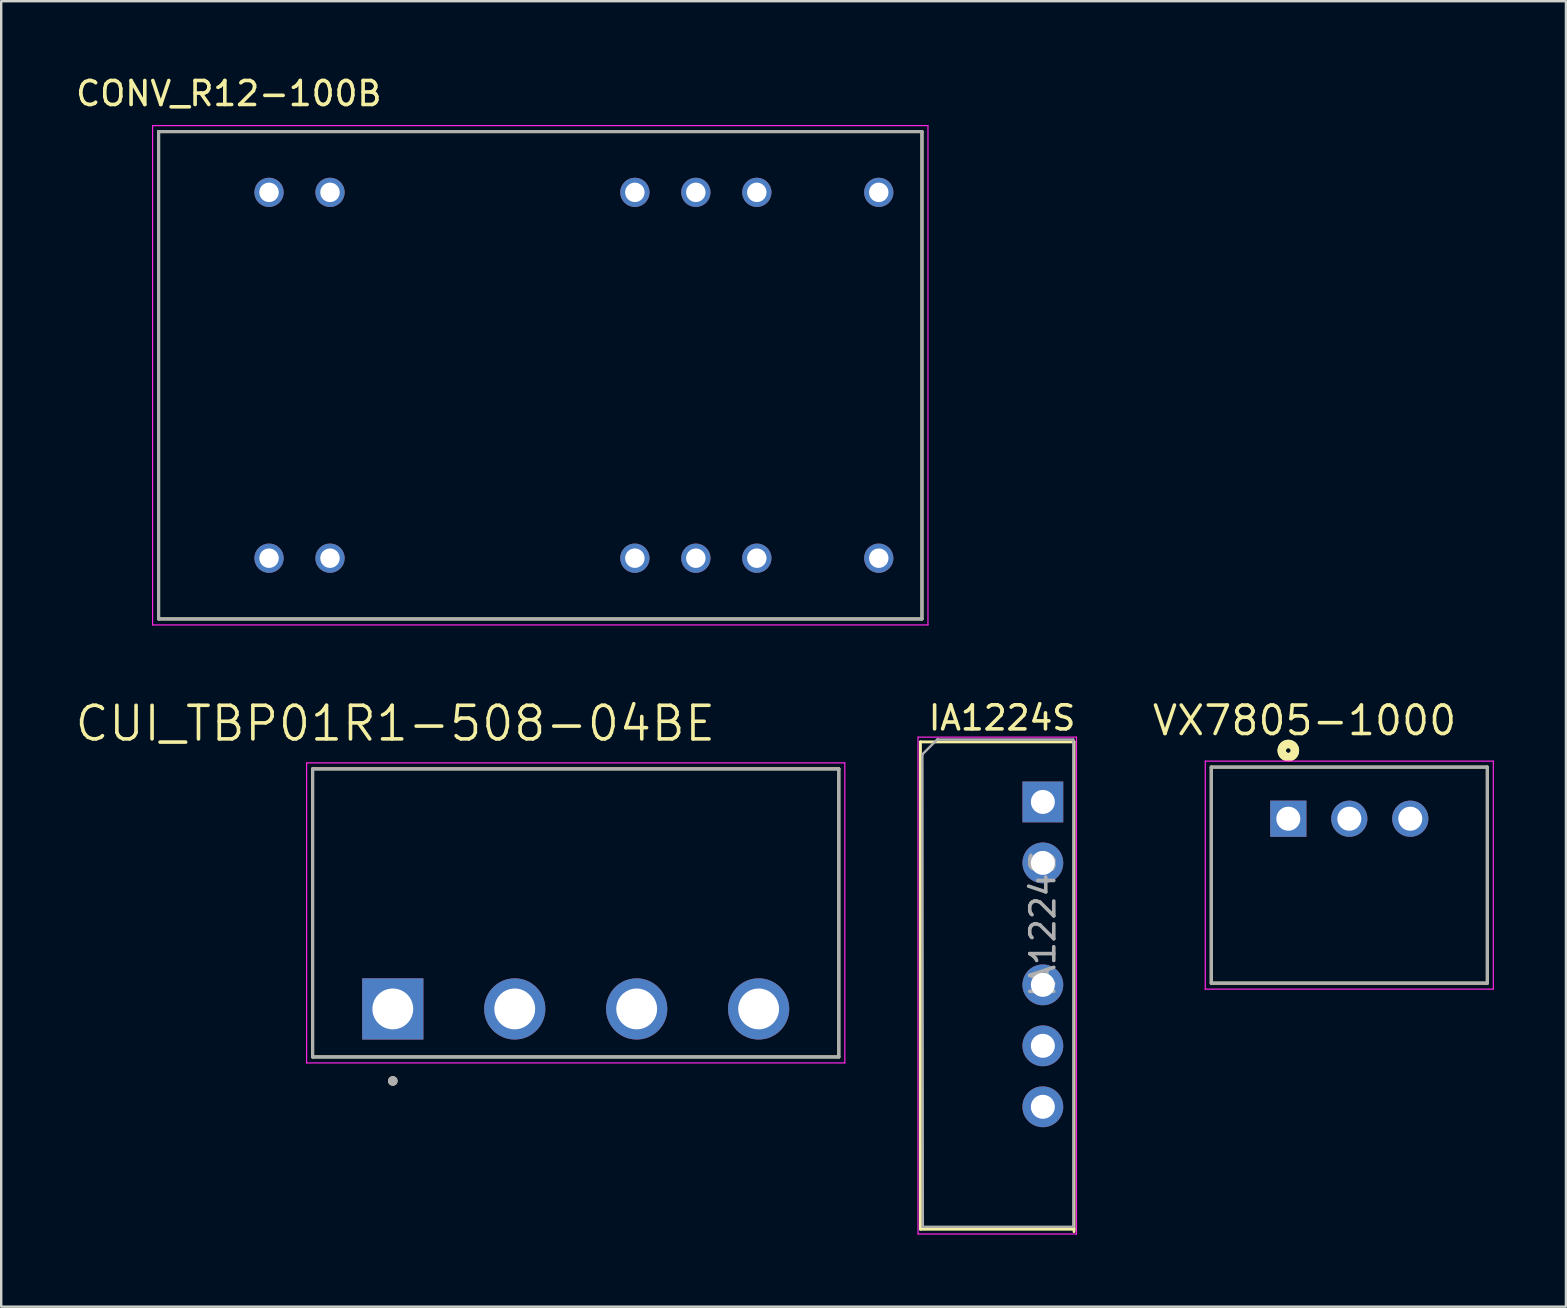
<source format=kicad_pcb>
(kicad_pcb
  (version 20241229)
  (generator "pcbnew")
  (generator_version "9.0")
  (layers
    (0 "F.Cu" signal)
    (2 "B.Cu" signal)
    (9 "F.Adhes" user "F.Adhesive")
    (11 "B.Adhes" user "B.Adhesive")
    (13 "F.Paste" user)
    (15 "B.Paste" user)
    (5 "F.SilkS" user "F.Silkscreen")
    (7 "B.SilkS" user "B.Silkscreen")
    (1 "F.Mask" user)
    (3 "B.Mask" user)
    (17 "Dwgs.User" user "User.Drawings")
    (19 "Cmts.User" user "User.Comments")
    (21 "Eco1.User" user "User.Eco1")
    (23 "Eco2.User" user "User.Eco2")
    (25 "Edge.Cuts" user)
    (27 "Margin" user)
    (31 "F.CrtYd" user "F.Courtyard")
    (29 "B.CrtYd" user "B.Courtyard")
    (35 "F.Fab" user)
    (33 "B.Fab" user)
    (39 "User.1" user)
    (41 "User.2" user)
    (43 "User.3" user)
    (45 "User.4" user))
  (footprint "IA1224S"
    (layer "F.Cu")
    (at 40.393 30.357)
    (property "Reference" "IA1224S" (at -1.7 -3.5 0) (layer "F.SilkS") (effects (font (size 1 1) (thickness 0.15))))
    (attr through_hole)
    (fp_line (start -5.1 -2.5) (end -5.1 17.8) (stroke (width 0.12) (type solid)) (layer "F.SilkS"))
    (fp_line (start -5.1 -2.5) (end 1.3 -2.5) (stroke (width 0.12) (type solid)) (layer "F.SilkS"))
    (fp_line (start -5.1 17.8) (end 1.3 17.8) (stroke (width 0.12) (type solid)) (layer "F.SilkS"))
    (fp_line (start 1.3 -2.5) (end 1.3 17.9) (stroke (width 0.12) (type solid)) (layer "F.SilkS"))
    (fp_line (start -5.2 -2.7) (end -5.2 18) (stroke (width 0.05) (type solid)) (layer "F.CrtYd"))
    (fp_line (start -5.2 18) (end 1.4 18) (stroke (width 0.05) (type solid)) (layer "F.CrtYd"))
    (fp_line (start 1.4 -2.7) (end -5.2 -2.7) (stroke (width 0.05) (type solid)) (layer "F.CrtYd"))
    (fp_line (start 1.4 18) (end 1.4 -2.7) (stroke (width 0.05) (type solid)) (layer "F.CrtYd"))
    (fp_line (start -5.018 -1.982) (end -4.383 -2.618) (stroke (width 0.1) (type solid)) (layer "F.Fab"))
    (fp_line (start -5 17.7) (end -5.018 -1.982) (stroke (width 0.1) (type solid)) (layer "F.Fab"))
    (fp_line (start -4.383 -2.6) (end 1.252 -2.6) (stroke (width 0.1) (type solid)) (layer "F.Fab"))
    (fp_line (start 1.27 -2.6) (end 1.27 17.7) (stroke (width 0.1) (type solid)) (layer "F.Fab"))
    (fp_line (start 1.27 17.7) (end -5 17.7) (stroke (width 0.1) (type solid)) (layer "F.Fab"))
    (fp_text user "${REFERENCE}" (at 0 5.08 90) (layer "F.Fab") (effects (font (size 1 1) (thickness 0.15))))
    (pad "1" thru_hole rect (at 0 0) (size 1.7 1.7) (drill 1) (layers "*.Cu" "*.Mask"))
    (pad "2" thru_hole oval (at 0 2.54) (size 1.7 1.7) (drill 1) (layers "*.Cu" "*.Mask"))
    (pad "4" thru_hole oval (at 0 7.62) (size 1.7 1.7) (drill 1) (layers "*.Cu" "*.Mask"))
    (pad "5" thru_hole oval (at 0 10.16) (size 1.7 1.7) (drill 1) (layers "*.Cu" "*.Mask"))
    (pad "6" thru_hole oval (at 0 12.7) (size 1.7 1.7) (drill 1) (layers "*.Cu" "*.Mask")))
  (footprint "CONV_R12-100B"
    (layer "F.Cu")
    (at 19.457 12.583)
    (property "Reference" "CONV_R12-100B" (at -12.975 -11.735 0) (layer "F.SilkS") (effects (font (size 1 1) (thickness 0.15))))
    (attr through_hole)
    (fp_line (start -15.9 -10.15) (end 15.9 -10.15) (stroke (width 0.127) (type solid)) (layer "F.SilkS"))
    (fp_line (start -15.9 10.15) (end -15.9 -10.15) (stroke (width 0.127) (type solid)) (layer "F.SilkS"))
    (fp_line (start 15.9 -10.15) (end 15.9 10.15) (stroke (width 0.127) (type solid)) (layer "F.SilkS"))
    (fp_line (start 15.9 10.15) (end -15.9 10.15) (stroke (width 0.127) (type solid)) (layer "F.SilkS"))
    (fp_line (start -16.15 -10.4) (end 16.15 -10.4) (stroke (width 0.05) (type solid)) (layer "F.CrtYd"))
    (fp_line (start -16.15 10.4) (end -16.15 -10.4) (stroke (width 0.05) (type solid)) (layer "F.CrtYd"))
    (fp_line (start 16.15 -10.4) (end 16.15 10.4) (stroke (width 0.05) (type solid)) (layer "F.CrtYd"))
    (fp_line (start 16.15 10.4) (end -16.15 10.4) (stroke (width 0.05) (type solid)) (layer "F.CrtYd"))
    (fp_line (start -15.9 -10.15) (end -15.9 10.15) (stroke (width 0.127) (type solid)) (layer "F.Fab"))
    (fp_line (start -15.9 10.15) (end 15.9 10.15) (stroke (width 0.127) (type solid)) (layer "F.Fab"))
    (fp_line (start 15.9 -10.15) (end -15.9 -10.15) (stroke (width 0.127) (type solid)) (layer "F.Fab"))
    (fp_line (start 15.9 10.15) (end 15.9 -10.15) (stroke (width 0.127) (type solid)) (layer "F.Fab"))
    (pad "2" thru_hole circle (at -11.3 7.62) (size 1.22 1.22) (drill 0.81) (layers "*.Cu" "*.Mask"))
    (pad "3" thru_hole circle (at -8.76 7.62) (size 1.22 1.22) (drill 0.81) (layers "*.Cu" "*.Mask"))
    (pad "8" thru_hole circle (at 3.94 7.62) (size 1.22 1.22) (drill 0.81) (layers "*.Cu" "*.Mask"))
    (pad "9" thru_hole circle (at 6.48 7.62) (size 1.22 1.22) (drill 0.81) (layers "*.Cu" "*.Mask"))
    (pad "10" thru_hole circle (at 9.02 7.62) (size 1.22 1.22) (drill 0.81) (layers "*.Cu" "*.Mask"))
    (pad "12" thru_hole circle (at 14.1 7.62) (size 1.22 1.22) (drill 0.81) (layers "*.Cu" "*.Mask"))
    (pad "13" thru_hole circle (at 14.1 -7.62) (size 1.22 1.22) (drill 0.81) (layers "*.Cu" "*.Mask"))
    (pad "15" thru_hole circle (at 9.02 -7.62) (size 1.22 1.22) (drill 0.81) (layers "*.Cu" "*.Mask"))
    (pad "16" thru_hole circle (at 6.48 -7.62) (size 1.22 1.22) (drill 0.81) (layers "*.Cu" "*.Mask"))
    (pad "17" thru_hole circle (at 3.94 -7.62) (size 1.22 1.22) (drill 0.81) (layers "*.Cu" "*.Mask"))
    (pad "22" thru_hole circle (at -8.76 -7.62) (size 1.22 1.22) (drill 0.81) (layers "*.Cu" "*.Mask"))
    (pad "23" thru_hole circle (at -11.3 -7.62) (size 1.22 1.22) (drill 0.81) (layers "*.Cu" "*.Mask")))
  (footprint "CUI_TBP01R1-508-04BE"
    (layer "F.Cu")
    (at 13.313 38.98)
    (property "Reference" "CUI_TBP01R1-508-04BE" (at 0.105 -11.889 0) (layer "F.SilkS") (effects (font (size 1.4 1.4) (thickness 0.15))))
    (attr through_hole)
    (fp_line (start -3.34 -10) (end 18.58 -10) (stroke (width 0.127) (type solid)) (layer "F.SilkS"))
    (fp_line (start -3.34 2) (end -3.34 -10) (stroke (width 0.127) (type solid)) (layer "F.SilkS"))
    (fp_line (start 18.58 -10) (end 18.58 2) (stroke (width 0.127) (type solid)) (layer "F.SilkS"))
    (fp_line (start 18.58 2) (end -3.34 2) (stroke (width 0.127) (type solid)) (layer "F.SilkS"))
    (fp_circle (center 0 3) (end 0.1 3) (stroke (width 0.2) (type solid)) (fill no) (layer "F.SilkS"))
    (fp_line (start -3.59 -10.25) (end 18.83 -10.25) (stroke (width 0.05) (type solid)) (layer "F.CrtYd"))
    (fp_line (start -3.59 2.25) (end -3.59 -10.25) (stroke (width 0.05) (type solid)) (layer "F.CrtYd"))
    (fp_line (start 18.83 -10.25) (end 18.83 2.25) (stroke (width 0.05) (type solid)) (layer "F.CrtYd"))
    (fp_line (start 18.83 2.25) (end -3.59 2.25) (stroke (width 0.05) (type solid)) (layer "F.CrtYd"))
    (fp_line (start -3.34 -10) (end 18.58 -10) (stroke (width 0.127) (type solid)) (layer "F.Fab"))
    (fp_line (start -3.34 2) (end -3.34 -10) (stroke (width 0.127) (type solid)) (layer "F.Fab"))
    (fp_line (start 18.58 -10) (end 18.58 2) (stroke (width 0.127) (type solid)) (layer "F.Fab"))
    (fp_line (start 18.58 2) (end -3.34 2) (stroke (width 0.127) (type solid)) (layer "F.Fab"))
    (fp_circle (center 0 3) (end 0.1 3) (stroke (width 0.2) (type solid)) (fill no) (layer "F.Fab"))
    (pad "1" thru_hole rect (at 0 0) (size 2.55 2.55) (drill 1.7) (layers "*.Cu" "*.Mask"))
    (pad "2" thru_hole circle (at 5.08 0) (size 2.55 2.55) (drill 1.7) (layers "*.Cu" "*.Mask"))
    (pad "3" thru_hole circle (at 10.16 0) (size 2.55 2.55) (drill 1.7) (layers "*.Cu" "*.Mask"))
    (pad "4" thru_hole circle (at 15.24 0) (size 2.55 2.55) (drill 1.7) (layers "*.Cu" "*.Mask")))
  (footprint "VX7805-1000"
    (layer "F.Cu")
    (at 53.159 33.406)
    (property "Reference" "VX7805-1000" (at -1.866 -6.441 0) (layer "F.SilkS") (effects (font (size 1.185 1.185) (thickness 0.15))))
    (attr through_hole)
    (fp_line (start -5.75 -4.5) (end 5.75 -4.5) (stroke (width 0.127) (type solid)) (layer "F.SilkS"))
    (fp_line (start -5.75 4.5) (end -5.75 -4.5) (stroke (width 0.127) (type solid)) (layer "F.SilkS"))
    (fp_line (start 5.75 -4.5) (end 5.75 4.5) (stroke (width 0.127) (type solid)) (layer "F.SilkS"))
    (fp_line (start 5.75 4.5) (end -5.75 4.5) (stroke (width 0.127) (type solid)) (layer "F.SilkS"))
    (fp_circle (center -2.54 -5.19) (end -2.44 -5.19) (stroke (width 0.35) (type solid)) (fill no) (layer "F.SilkS"))
    (fp_circle (center -2.54 -5.19) (end -2.44 -5.19) (stroke (width 0.35) (type solid)) (fill no) (layer "F.SilkS"))
    (fp_line (start -6 -4.75) (end 6 -4.75) (stroke (width 0.05) (type solid)) (layer "F.CrtYd"))
    (fp_line (start -6 4.75) (end -6 -4.75) (stroke (width 0.05) (type solid)) (layer "F.CrtYd"))
    (fp_line (start 6 -4.75) (end 6 4.75) (stroke (width 0.05) (type solid)) (layer "F.CrtYd"))
    (fp_line (start 6 4.75) (end -6 4.75) (stroke (width 0.05) (type solid)) (layer "F.CrtYd"))
    (fp_line (start -5.75 -4.5) (end 5.75 -4.5) (stroke (width 0.127) (type solid)) (layer "F.Fab"))
    (fp_line (start -5.75 4.5) (end -5.75 -4.5) (stroke (width 0.127) (type solid)) (layer "F.Fab"))
    (fp_line (start 5.75 -4.5) (end 5.75 4.5) (stroke (width 0.127) (type solid)) (layer "F.Fab"))
    (fp_line (start 5.75 4.5) (end -5.75 4.5) (stroke (width 0.127) (type solid)) (layer "F.Fab"))
    (fp_circle (center -2.54 -2.396) (end -2.44 -2.396) (stroke (width 0.35) (type solid)) (fill no) (layer "F.Fab"))
    (pad "1" thru_hole rect (at -2.54 -2.35) (size 1.508 1.508) (drill 1) (layers "*.Cu" "*.Mask"))
    (pad "2" thru_hole circle (at 0 -2.35) (size 1.508 1.508) (drill 1) (layers "*.Cu" "*.Mask"))
    (pad "3" thru_hole circle (at 2.54 -2.35) (size 1.508 1.508) (drill 1) (layers "*.Cu" "*.Mask")))
  (gr_rect
    (start -3 -3)
    (end 62.184 51.382)
    (stroke (width 0.1) (type default))
    (fill no)
    (layer "Edge.Cuts")))
</source>
